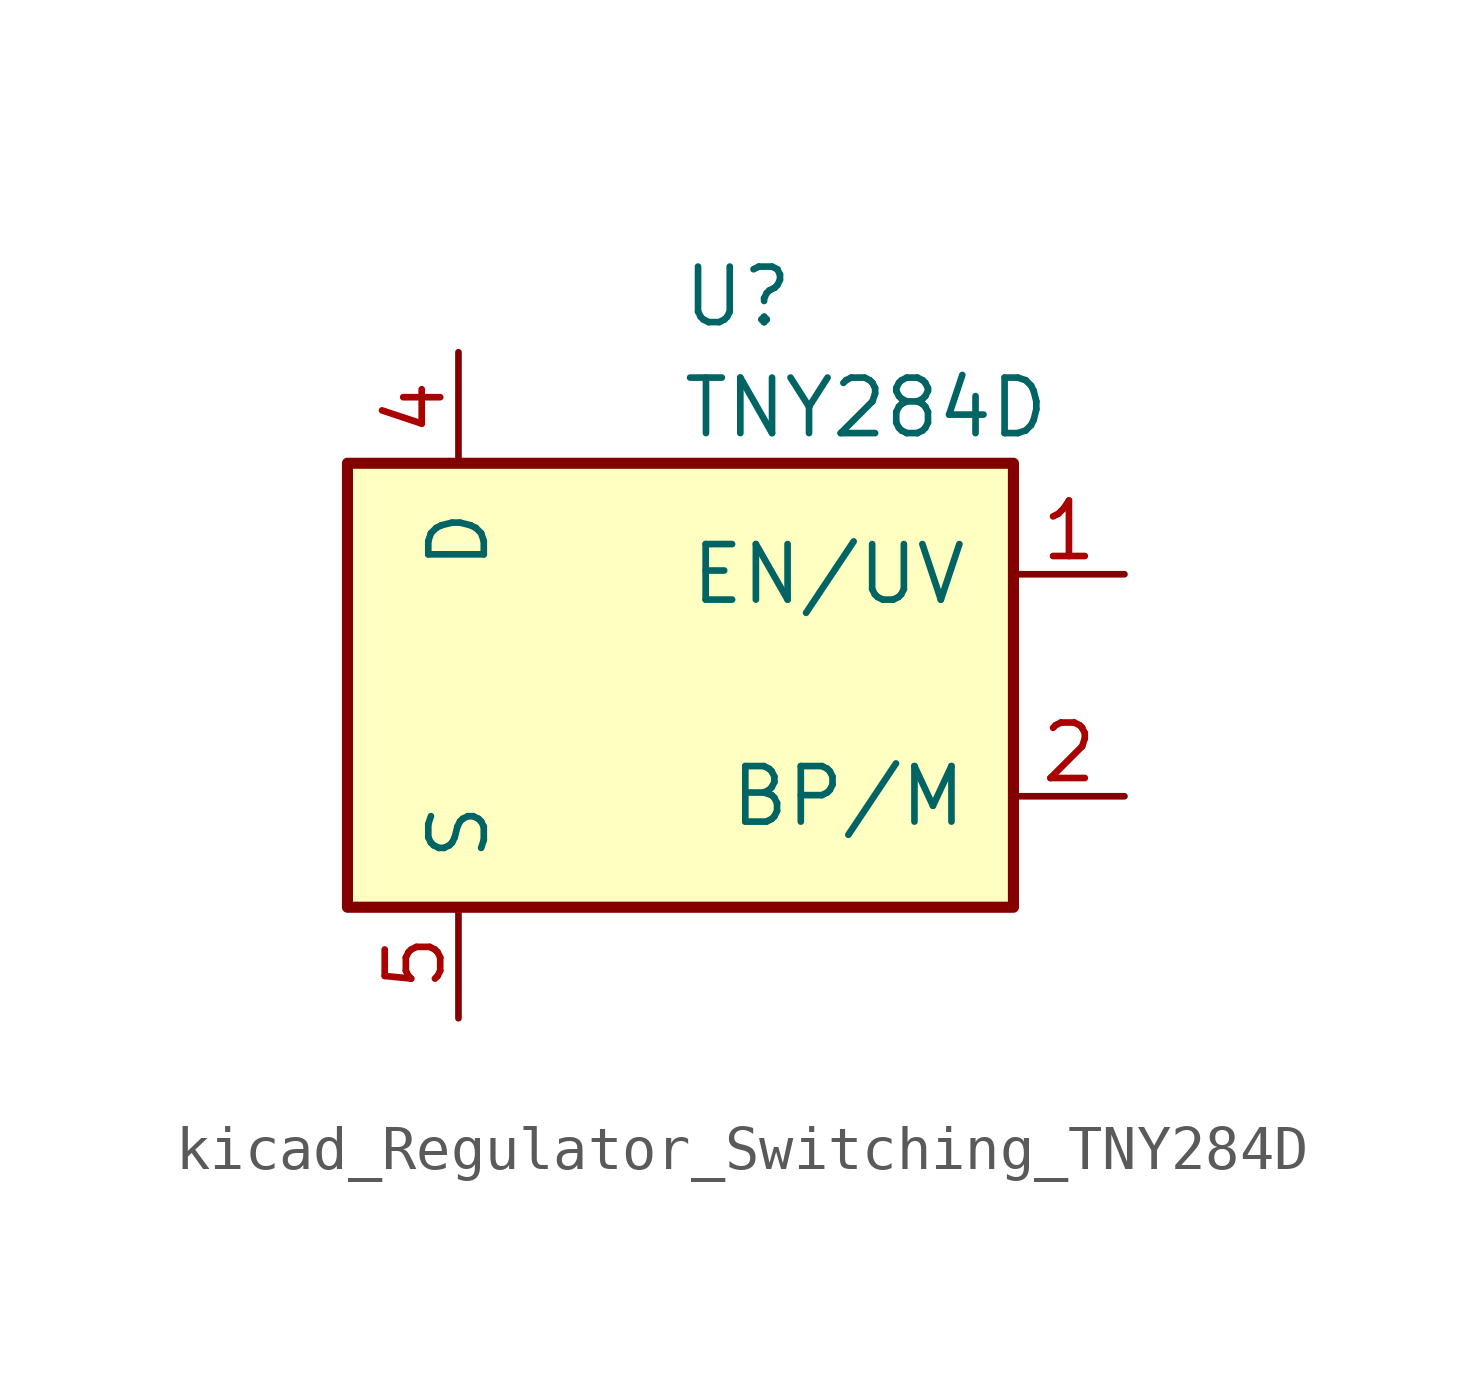
<source format=kicad_sym>
(kicad_symbol_lib
  (version 20220914)
  (generator kicad_symbol_editor)
  (symbol "kicad_Regulator_Switching_TNY284D"
    (pin_names
      (offset 1.016))
    (property "Reference" "U"
      (at 0 8.89 0)
      (effects (font (size 1.27 1.27)) (justify left)))
    (property "Value" "TNY284D"
      (at 0 6.35 0)
      (effects (font (size 1.27 1.27)) (justify left)))
    (symbol "kicad_Regulator_Switching_TNY284D_0_1"
      (rectangle (start -7.62 5.08) (end 7.62 -5.08) (stroke (width 0.254) (type default)) (fill (type background))))
    (symbol "kicad_Regulator_Switching_TNY284D_1_1"
      (pin input line (at 10.16 2.54 180) (length 2.54) (name "EN/UV" (effects (font (size 1.27 1.27)))) (number "1" (effects (font (size 1.27 1.27)))))
      (pin input line (at 10.16 -2.54 180) (length 2.54) (name "BP/M" (effects (font (size 1.27 1.27)))) (number "2" (effects (font (size 1.27 1.27)))))
      (pin open_collector line (at -5.08 7.62 270) (length 2.54) (name "D" (effects (font (size 1.27 1.27)))) (number "4" (effects (font (size 1.27 1.27)))))
      (pin power_in line (at -5.08 -7.62 90) (length 2.54) (name "S" (effects (font (size 1.27 1.27)))) (number "5" (effects (font (size 1.27 1.27)))))
      (pin passive line (at -5.08 -7.62 90) (length 2.54) hide (name "S" (effects (font (size 1.27 1.27)))) (number "6" (effects (font (size 1.27 1.27)))))
      (pin passive line (at -5.08 -7.62 90) (length 2.54) hide (name "S" (effects (font (size 1.27 1.27)))) (number "7" (effects (font (size 1.27 1.27)))))
      (pin passive line (at -5.08 -7.62 90) (length 2.54) hide (name "S" (effects (font (size 1.27 1.27)))) (number "8" (effects (font (size 1.27 1.27))))))))
</source>
